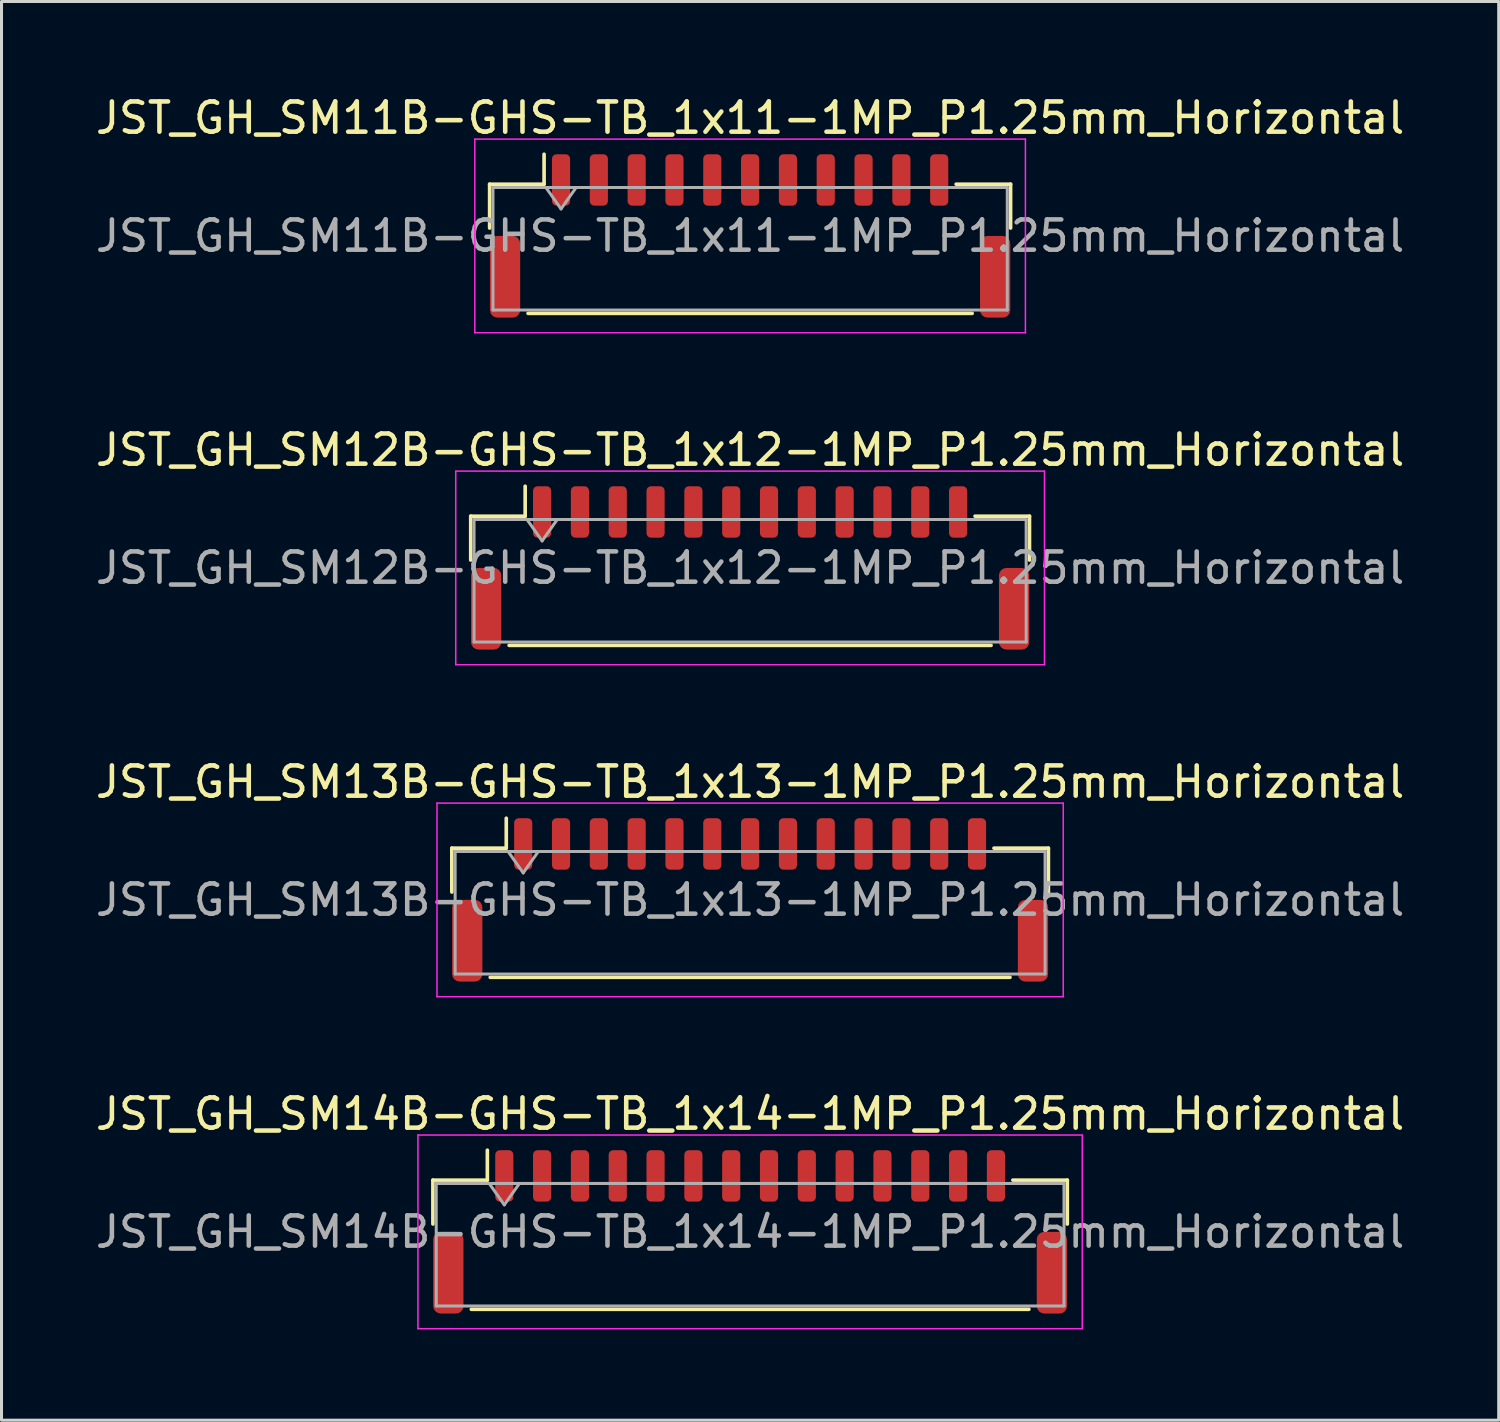
<source format=kicad_pcb>
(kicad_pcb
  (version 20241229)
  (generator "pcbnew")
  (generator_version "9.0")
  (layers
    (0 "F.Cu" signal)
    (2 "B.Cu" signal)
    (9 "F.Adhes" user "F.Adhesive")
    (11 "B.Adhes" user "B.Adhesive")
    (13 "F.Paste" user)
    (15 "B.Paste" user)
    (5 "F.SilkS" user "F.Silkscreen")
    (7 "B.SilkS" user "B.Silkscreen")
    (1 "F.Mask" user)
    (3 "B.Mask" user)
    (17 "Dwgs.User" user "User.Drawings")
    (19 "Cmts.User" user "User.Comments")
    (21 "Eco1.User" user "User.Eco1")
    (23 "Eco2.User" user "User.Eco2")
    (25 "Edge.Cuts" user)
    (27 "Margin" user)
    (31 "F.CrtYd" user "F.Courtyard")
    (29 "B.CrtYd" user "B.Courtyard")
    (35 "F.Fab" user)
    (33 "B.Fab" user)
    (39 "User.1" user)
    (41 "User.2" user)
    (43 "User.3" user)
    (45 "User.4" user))
  (footprint "JST_GH_SM12B-GHS-TB_1x12-1MP_P1.25mm_Horizontal"
    (layer "F.Cu")
    (at 21.744 15.722)
    (property "Reference" "JST_GH_SM12B-GHS-TB_1x12-1MP_P1.25mm_Horizontal" (at 0 -3.9 0) (layer "F.SilkS") (effects (font (size 1 1) (thickness 0.15))))
    (attr smd)
    (fp_line (start -9.235 -1.71) (end -7.435 -1.71) (stroke (width 0.12) (type solid)) (layer "F.SilkS"))
    (fp_line (start -9.235 -0.26) (end -9.235 -1.71) (stroke (width 0.12) (type solid)) (layer "F.SilkS"))
    (fp_line (start -7.965 2.56) (end 7.965 2.56) (stroke (width 0.12) (type solid)) (layer "F.SilkS"))
    (fp_line (start -7.435 -1.71) (end -7.435 -2.7) (stroke (width 0.12) (type solid)) (layer "F.SilkS"))
    (fp_line (start 9.235 -1.71) (end 7.435 -1.71) (stroke (width 0.12) (type solid)) (layer "F.SilkS"))
    (fp_line (start 9.235 -0.26) (end 9.235 -1.71) (stroke (width 0.12) (type solid)) (layer "F.SilkS"))
    (fp_line (start -9.73 -3.2) (end -9.73 3.2) (stroke (width 0.05) (type solid)) (layer "F.CrtYd"))
    (fp_line (start -9.73 3.2) (end 9.73 3.2) (stroke (width 0.05) (type solid)) (layer "F.CrtYd"))
    (fp_line (start 9.73 -3.2) (end -9.73 -3.2) (stroke (width 0.05) (type solid)) (layer "F.CrtYd"))
    (fp_line (start 9.73 3.2) (end 9.73 -3.2) (stroke (width 0.05) (type solid)) (layer "F.CrtYd"))
    (fp_line (start -9.125 -1.6) (end -9.125 2.45) (stroke (width 0.1) (type solid)) (layer "F.Fab"))
    (fp_line (start -9.125 -1.6) (end 9.125 -1.6) (stroke (width 0.1) (type solid)) (layer "F.Fab"))
    (fp_line (start -9.125 2.45) (end 9.125 2.45) (stroke (width 0.1) (type solid)) (layer "F.Fab"))
    (fp_line (start -7.375 -1.6) (end -6.875 -0.893) (stroke (width 0.1) (type solid)) (layer "F.Fab"))
    (fp_line (start -6.875 -0.893) (end -6.375 -1.6) (stroke (width 0.1) (type solid)) (layer "F.Fab"))
    (fp_line (start 9.125 -1.6) (end 9.125 2.45) (stroke (width 0.1) (type solid)) (layer "F.Fab"))
    (fp_text user "${REFERENCE}" (at 0 0 0) (layer "F.Fab") (effects (font (size 1 1) (thickness 0.15))))
    (pad "1" smd roundrect (at -6.875 -1.85) (size 0.6 1.7) (layers "F.Cu" "F.Mask" "F.Paste") (roundrect_rratio 0.25))
    (pad "2" smd roundrect (at -5.625 -1.85) (size 0.6 1.7) (layers "F.Cu" "F.Mask" "F.Paste") (roundrect_rratio 0.25))
    (pad "3" smd roundrect (at -4.375 -1.85) (size 0.6 1.7) (layers "F.Cu" "F.Mask" "F.Paste") (roundrect_rratio 0.25))
    (pad "4" smd roundrect (at -3.125 -1.85) (size 0.6 1.7) (layers "F.Cu" "F.Mask" "F.Paste") (roundrect_rratio 0.25))
    (pad "5" smd roundrect (at -1.875 -1.85) (size 0.6 1.7) (layers "F.Cu" "F.Mask" "F.Paste") (roundrect_rratio 0.25))
    (pad "6" smd roundrect (at -0.625 -1.85) (size 0.6 1.7) (layers "F.Cu" "F.Mask" "F.Paste") (roundrect_rratio 0.25))
    (pad "7" smd roundrect (at 0.625 -1.85) (size 0.6 1.7) (layers "F.Cu" "F.Mask" "F.Paste") (roundrect_rratio 0.25))
    (pad "8" smd roundrect (at 1.875 -1.85) (size 0.6 1.7) (layers "F.Cu" "F.Mask" "F.Paste") (roundrect_rratio 0.25))
    (pad "9" smd roundrect (at 3.125 -1.85) (size 0.6 1.7) (layers "F.Cu" "F.Mask" "F.Paste") (roundrect_rratio 0.25))
    (pad "10" smd roundrect (at 4.375 -1.85) (size 0.6 1.7) (layers "F.Cu" "F.Mask" "F.Paste") (roundrect_rratio 0.25))
    (pad "11" smd roundrect (at 5.625 -1.85) (size 0.6 1.7) (layers "F.Cu" "F.Mask" "F.Paste") (roundrect_rratio 0.25))
    (pad "12" smd roundrect (at 6.875 -1.85) (size 0.6 1.7) (layers "F.Cu" "F.Mask" "F.Paste") (roundrect_rratio 0.25))
    (pad "MP" smd roundrect (at -8.725 1.35) (size 1 2.7) (layers "F.Cu" "F.Mask" "F.Paste") (roundrect_rratio 0.25))
    (pad "MP" smd roundrect (at 8.725 1.35) (size 1 2.7) (layers "F.Cu" "F.Mask" "F.Paste") (roundrect_rratio 0.25)))
  (footprint "JST_GH_SM14B-GHS-TB_1x14-1MP_P1.25mm_Horizontal"
    (layer "F.Cu")
    (at 21.744 37.668)
    (property "Reference" "JST_GH_SM14B-GHS-TB_1x14-1MP_P1.25mm_Horizontal" (at 0 -3.9 0) (layer "F.SilkS") (effects (font (size 1 1) (thickness 0.15))))
    (attr smd)
    (fp_line (start -10.485 -1.71) (end -8.685 -1.71) (stroke (width 0.12) (type solid)) (layer "F.SilkS"))
    (fp_line (start -10.485 -0.26) (end -10.485 -1.71) (stroke (width 0.12) (type solid)) (layer "F.SilkS"))
    (fp_line (start -9.215 2.56) (end 9.215 2.56) (stroke (width 0.12) (type solid)) (layer "F.SilkS"))
    (fp_line (start -8.685 -1.71) (end -8.685 -2.7) (stroke (width 0.12) (type solid)) (layer "F.SilkS"))
    (fp_line (start 10.485 -1.71) (end 8.685 -1.71) (stroke (width 0.12) (type solid)) (layer "F.SilkS"))
    (fp_line (start 10.485 -0.26) (end 10.485 -1.71) (stroke (width 0.12) (type solid)) (layer "F.SilkS"))
    (fp_line (start -10.98 -3.2) (end -10.98 3.2) (stroke (width 0.05) (type solid)) (layer "F.CrtYd"))
    (fp_line (start -10.98 3.2) (end 10.98 3.2) (stroke (width 0.05) (type solid)) (layer "F.CrtYd"))
    (fp_line (start 10.98 -3.2) (end -10.98 -3.2) (stroke (width 0.05) (type solid)) (layer "F.CrtYd"))
    (fp_line (start 10.98 3.2) (end 10.98 -3.2) (stroke (width 0.05) (type solid)) (layer "F.CrtYd"))
    (fp_line (start -10.375 -1.6) (end -10.375 2.45) (stroke (width 0.1) (type solid)) (layer "F.Fab"))
    (fp_line (start -10.375 -1.6) (end 10.375 -1.6) (stroke (width 0.1) (type solid)) (layer "F.Fab"))
    (fp_line (start -10.375 2.45) (end 10.375 2.45) (stroke (width 0.1) (type solid)) (layer "F.Fab"))
    (fp_line (start -8.625 -1.6) (end -8.125 -0.893) (stroke (width 0.1) (type solid)) (layer "F.Fab"))
    (fp_line (start -8.125 -0.893) (end -7.625 -1.6) (stroke (width 0.1) (type solid)) (layer "F.Fab"))
    (fp_line (start 10.375 -1.6) (end 10.375 2.45) (stroke (width 0.1) (type solid)) (layer "F.Fab"))
    (fp_text user "${REFERENCE}" (at 0 0 0) (layer "F.Fab") (effects (font (size 1 1) (thickness 0.15))))
    (pad "1" smd roundrect (at -8.125 -1.85) (size 0.6 1.7) (layers "F.Cu" "F.Mask" "F.Paste") (roundrect_rratio 0.25))
    (pad "2" smd roundrect (at -6.875 -1.85) (size 0.6 1.7) (layers "F.Cu" "F.Mask" "F.Paste") (roundrect_rratio 0.25))
    (pad "3" smd roundrect (at -5.625 -1.85) (size 0.6 1.7) (layers "F.Cu" "F.Mask" "F.Paste") (roundrect_rratio 0.25))
    (pad "4" smd roundrect (at -4.375 -1.85) (size 0.6 1.7) (layers "F.Cu" "F.Mask" "F.Paste") (roundrect_rratio 0.25))
    (pad "5" smd roundrect (at -3.125 -1.85) (size 0.6 1.7) (layers "F.Cu" "F.Mask" "F.Paste") (roundrect_rratio 0.25))
    (pad "6" smd roundrect (at -1.875 -1.85) (size 0.6 1.7) (layers "F.Cu" "F.Mask" "F.Paste") (roundrect_rratio 0.25))
    (pad "7" smd roundrect (at -0.625 -1.85) (size 0.6 1.7) (layers "F.Cu" "F.Mask" "F.Paste") (roundrect_rratio 0.25))
    (pad "8" smd roundrect (at 0.625 -1.85) (size 0.6 1.7) (layers "F.Cu" "F.Mask" "F.Paste") (roundrect_rratio 0.25))
    (pad "9" smd roundrect (at 1.875 -1.85) (size 0.6 1.7) (layers "F.Cu" "F.Mask" "F.Paste") (roundrect_rratio 0.25))
    (pad "10" smd roundrect (at 3.125 -1.85) (size 0.6 1.7) (layers "F.Cu" "F.Mask" "F.Paste") (roundrect_rratio 0.25))
    (pad "11" smd roundrect (at 4.375 -1.85) (size 0.6 1.7) (layers "F.Cu" "F.Mask" "F.Paste") (roundrect_rratio 0.25))
    (pad "12" smd roundrect (at 5.625 -1.85) (size 0.6 1.7) (layers "F.Cu" "F.Mask" "F.Paste") (roundrect_rratio 0.25))
    (pad "13" smd roundrect (at 6.875 -1.85) (size 0.6 1.7) (layers "F.Cu" "F.Mask" "F.Paste") (roundrect_rratio 0.25))
    (pad "14" smd roundrect (at 8.125 -1.85) (size 0.6 1.7) (layers "F.Cu" "F.Mask" "F.Paste") (roundrect_rratio 0.25))
    (pad "MP" smd roundrect (at -9.975 1.35) (size 1 2.7) (layers "F.Cu" "F.Mask" "F.Paste") (roundrect_rratio 0.25))
    (pad "MP" smd roundrect (at 9.975 1.35) (size 1 2.7) (layers "F.Cu" "F.Mask" "F.Paste") (roundrect_rratio 0.25)))
  (footprint "JST_GH_SM13B-GHS-TB_1x13-1MP_P1.25mm_Horizontal"
    (layer "F.Cu")
    (at 21.744 26.695)
    (property "Reference" "JST_GH_SM13B-GHS-TB_1x13-1MP_P1.25mm_Horizontal" (at 0 -3.9 0) (layer "F.SilkS") (effects (font (size 1 1) (thickness 0.15))))
    (attr smd)
    (fp_line (start -9.86 -1.71) (end -8.06 -1.71) (stroke (width 0.12) (type solid)) (layer "F.SilkS"))
    (fp_line (start -9.86 -0.26) (end -9.86 -1.71) (stroke (width 0.12) (type solid)) (layer "F.SilkS"))
    (fp_line (start -8.59 2.56) (end 8.59 2.56) (stroke (width 0.12) (type solid)) (layer "F.SilkS"))
    (fp_line (start -8.06 -1.71) (end -8.06 -2.7) (stroke (width 0.12) (type solid)) (layer "F.SilkS"))
    (fp_line (start 9.86 -1.71) (end 8.06 -1.71) (stroke (width 0.12) (type solid)) (layer "F.SilkS"))
    (fp_line (start 9.86 -0.26) (end 9.86 -1.71) (stroke (width 0.12) (type solid)) (layer "F.SilkS"))
    (fp_line (start -10.35 -3.2) (end -10.35 3.2) (stroke (width 0.05) (type solid)) (layer "F.CrtYd"))
    (fp_line (start -10.35 3.2) (end 10.35 3.2) (stroke (width 0.05) (type solid)) (layer "F.CrtYd"))
    (fp_line (start 10.35 -3.2) (end -10.35 -3.2) (stroke (width 0.05) (type solid)) (layer "F.CrtYd"))
    (fp_line (start 10.35 3.2) (end 10.35 -3.2) (stroke (width 0.05) (type solid)) (layer "F.CrtYd"))
    (fp_line (start -9.75 -1.6) (end -9.75 2.45) (stroke (width 0.1) (type solid)) (layer "F.Fab"))
    (fp_line (start -9.75 -1.6) (end 9.75 -1.6) (stroke (width 0.1) (type solid)) (layer "F.Fab"))
    (fp_line (start -9.75 2.45) (end 9.75 2.45) (stroke (width 0.1) (type solid)) (layer "F.Fab"))
    (fp_line (start -8 -1.6) (end -7.5 -0.893) (stroke (width 0.1) (type solid)) (layer "F.Fab"))
    (fp_line (start -7.5 -0.893) (end -7 -1.6) (stroke (width 0.1) (type solid)) (layer "F.Fab"))
    (fp_line (start 9.75 -1.6) (end 9.75 2.45) (stroke (width 0.1) (type solid)) (layer "F.Fab"))
    (fp_text user "${REFERENCE}" (at 0 0 0) (layer "F.Fab") (effects (font (size 1 1) (thickness 0.15))))
    (pad "1" smd roundrect (at -7.5 -1.85) (size 0.6 1.7) (layers "F.Cu" "F.Mask" "F.Paste") (roundrect_rratio 0.25))
    (pad "2" smd roundrect (at -6.25 -1.85) (size 0.6 1.7) (layers "F.Cu" "F.Mask" "F.Paste") (roundrect_rratio 0.25))
    (pad "3" smd roundrect (at -5 -1.85) (size 0.6 1.7) (layers "F.Cu" "F.Mask" "F.Paste") (roundrect_rratio 0.25))
    (pad "4" smd roundrect (at -3.75 -1.85) (size 0.6 1.7) (layers "F.Cu" "F.Mask" "F.Paste") (roundrect_rratio 0.25))
    (pad "5" smd roundrect (at -2.5 -1.85) (size 0.6 1.7) (layers "F.Cu" "F.Mask" "F.Paste") (roundrect_rratio 0.25))
    (pad "6" smd roundrect (at -1.25 -1.85) (size 0.6 1.7) (layers "F.Cu" "F.Mask" "F.Paste") (roundrect_rratio 0.25))
    (pad "7" smd roundrect (at 0 -1.85) (size 0.6 1.7) (layers "F.Cu" "F.Mask" "F.Paste") (roundrect_rratio 0.25))
    (pad "8" smd roundrect (at 1.25 -1.85) (size 0.6 1.7) (layers "F.Cu" "F.Mask" "F.Paste") (roundrect_rratio 0.25))
    (pad "9" smd roundrect (at 2.5 -1.85) (size 0.6 1.7) (layers "F.Cu" "F.Mask" "F.Paste") (roundrect_rratio 0.25))
    (pad "10" smd roundrect (at 3.75 -1.85) (size 0.6 1.7) (layers "F.Cu" "F.Mask" "F.Paste") (roundrect_rratio 0.25))
    (pad "11" smd roundrect (at 5 -1.85) (size 0.6 1.7) (layers "F.Cu" "F.Mask" "F.Paste") (roundrect_rratio 0.25))
    (pad "12" smd roundrect (at 6.25 -1.85) (size 0.6 1.7) (layers "F.Cu" "F.Mask" "F.Paste") (roundrect_rratio 0.25))
    (pad "13" smd roundrect (at 7.5 -1.85) (size 0.6 1.7) (layers "F.Cu" "F.Mask" "F.Paste") (roundrect_rratio 0.25))
    (pad "MP" smd roundrect (at -9.35 1.35) (size 1 2.7) (layers "F.Cu" "F.Mask" "F.Paste") (roundrect_rratio 0.25))
    (pad "MP" smd roundrect (at 9.35 1.35) (size 1 2.7) (layers "F.Cu" "F.Mask" "F.Paste") (roundrect_rratio 0.25)))
  (footprint "JST_GH_SM11B-GHS-TB_1x11-1MP_P1.25mm_Horizontal"
    (layer "F.Cu")
    (at 21.744 4.748)
    (property "Reference" "JST_GH_SM11B-GHS-TB_1x11-1MP_P1.25mm_Horizontal" (at 0 -3.9 0) (layer "F.SilkS") (effects (font (size 1 1) (thickness 0.15))))
    (attr smd)
    (fp_line (start -8.61 -1.71) (end -6.81 -1.71) (stroke (width 0.12) (type solid)) (layer "F.SilkS"))
    (fp_line (start -8.61 -0.26) (end -8.61 -1.71) (stroke (width 0.12) (type solid)) (layer "F.SilkS"))
    (fp_line (start -7.34 2.56) (end 7.34 2.56) (stroke (width 0.12) (type solid)) (layer "F.SilkS"))
    (fp_line (start -6.81 -1.71) (end -6.81 -2.7) (stroke (width 0.12) (type solid)) (layer "F.SilkS"))
    (fp_line (start 8.61 -1.71) (end 6.81 -1.71) (stroke (width 0.12) (type solid)) (layer "F.SilkS"))
    (fp_line (start 8.61 -0.26) (end 8.61 -1.71) (stroke (width 0.12) (type solid)) (layer "F.SilkS"))
    (fp_line (start -9.1 -3.2) (end -9.1 3.2) (stroke (width 0.05) (type solid)) (layer "F.CrtYd"))
    (fp_line (start -9.1 3.2) (end 9.1 3.2) (stroke (width 0.05) (type solid)) (layer "F.CrtYd"))
    (fp_line (start 9.1 -3.2) (end -9.1 -3.2) (stroke (width 0.05) (type solid)) (layer "F.CrtYd"))
    (fp_line (start 9.1 3.2) (end 9.1 -3.2) (stroke (width 0.05) (type solid)) (layer "F.CrtYd"))
    (fp_line (start -8.5 -1.6) (end -8.5 2.45) (stroke (width 0.1) (type solid)) (layer "F.Fab"))
    (fp_line (start -8.5 -1.6) (end 8.5 -1.6) (stroke (width 0.1) (type solid)) (layer "F.Fab"))
    (fp_line (start -8.5 2.45) (end 8.5 2.45) (stroke (width 0.1) (type solid)) (layer "F.Fab"))
    (fp_line (start -6.75 -1.6) (end -6.25 -0.893) (stroke (width 0.1) (type solid)) (layer "F.Fab"))
    (fp_line (start -6.25 -0.893) (end -5.75 -1.6) (stroke (width 0.1) (type solid)) (layer "F.Fab"))
    (fp_line (start 8.5 -1.6) (end 8.5 2.45) (stroke (width 0.1) (type solid)) (layer "F.Fab"))
    (fp_text user "${REFERENCE}" (at 0 0 0) (layer "F.Fab") (effects (font (size 1 1) (thickness 0.15))))
    (pad "1" smd roundrect (at -6.25 -1.85) (size 0.6 1.7) (layers "F.Cu" "F.Mask" "F.Paste") (roundrect_rratio 0.25))
    (pad "2" smd roundrect (at -5 -1.85) (size 0.6 1.7) (layers "F.Cu" "F.Mask" "F.Paste") (roundrect_rratio 0.25))
    (pad "3" smd roundrect (at -3.75 -1.85) (size 0.6 1.7) (layers "F.Cu" "F.Mask" "F.Paste") (roundrect_rratio 0.25))
    (pad "4" smd roundrect (at -2.5 -1.85) (size 0.6 1.7) (layers "F.Cu" "F.Mask" "F.Paste") (roundrect_rratio 0.25))
    (pad "5" smd roundrect (at -1.25 -1.85) (size 0.6 1.7) (layers "F.Cu" "F.Mask" "F.Paste") (roundrect_rratio 0.25))
    (pad "6" smd roundrect (at 0 -1.85) (size 0.6 1.7) (layers "F.Cu" "F.Mask" "F.Paste") (roundrect_rratio 0.25))
    (pad "7" smd roundrect (at 1.25 -1.85) (size 0.6 1.7) (layers "F.Cu" "F.Mask" "F.Paste") (roundrect_rratio 0.25))
    (pad "8" smd roundrect (at 2.5 -1.85) (size 0.6 1.7) (layers "F.Cu" "F.Mask" "F.Paste") (roundrect_rratio 0.25))
    (pad "9" smd roundrect (at 3.75 -1.85) (size 0.6 1.7) (layers "F.Cu" "F.Mask" "F.Paste") (roundrect_rratio 0.25))
    (pad "10" smd roundrect (at 5 -1.85) (size 0.6 1.7) (layers "F.Cu" "F.Mask" "F.Paste") (roundrect_rratio 0.25))
    (pad "11" smd roundrect (at 6.25 -1.85) (size 0.6 1.7) (layers "F.Cu" "F.Mask" "F.Paste") (roundrect_rratio 0.25))
    (pad "MP" smd roundrect (at -8.1 1.35) (size 1 2.7) (layers "F.Cu" "F.Mask" "F.Paste") (roundrect_rratio 0.25))
    (pad "MP" smd roundrect (at 8.1 1.35) (size 1 2.7) (layers "F.Cu" "F.Mask" "F.Paste") (roundrect_rratio 0.25)))
  (gr_rect
    (start -3 -3)
    (end 46.488 43.893)
    (stroke (width 0.1) (type default))
    (fill no)
    (layer "Edge.Cuts")))
</source>
